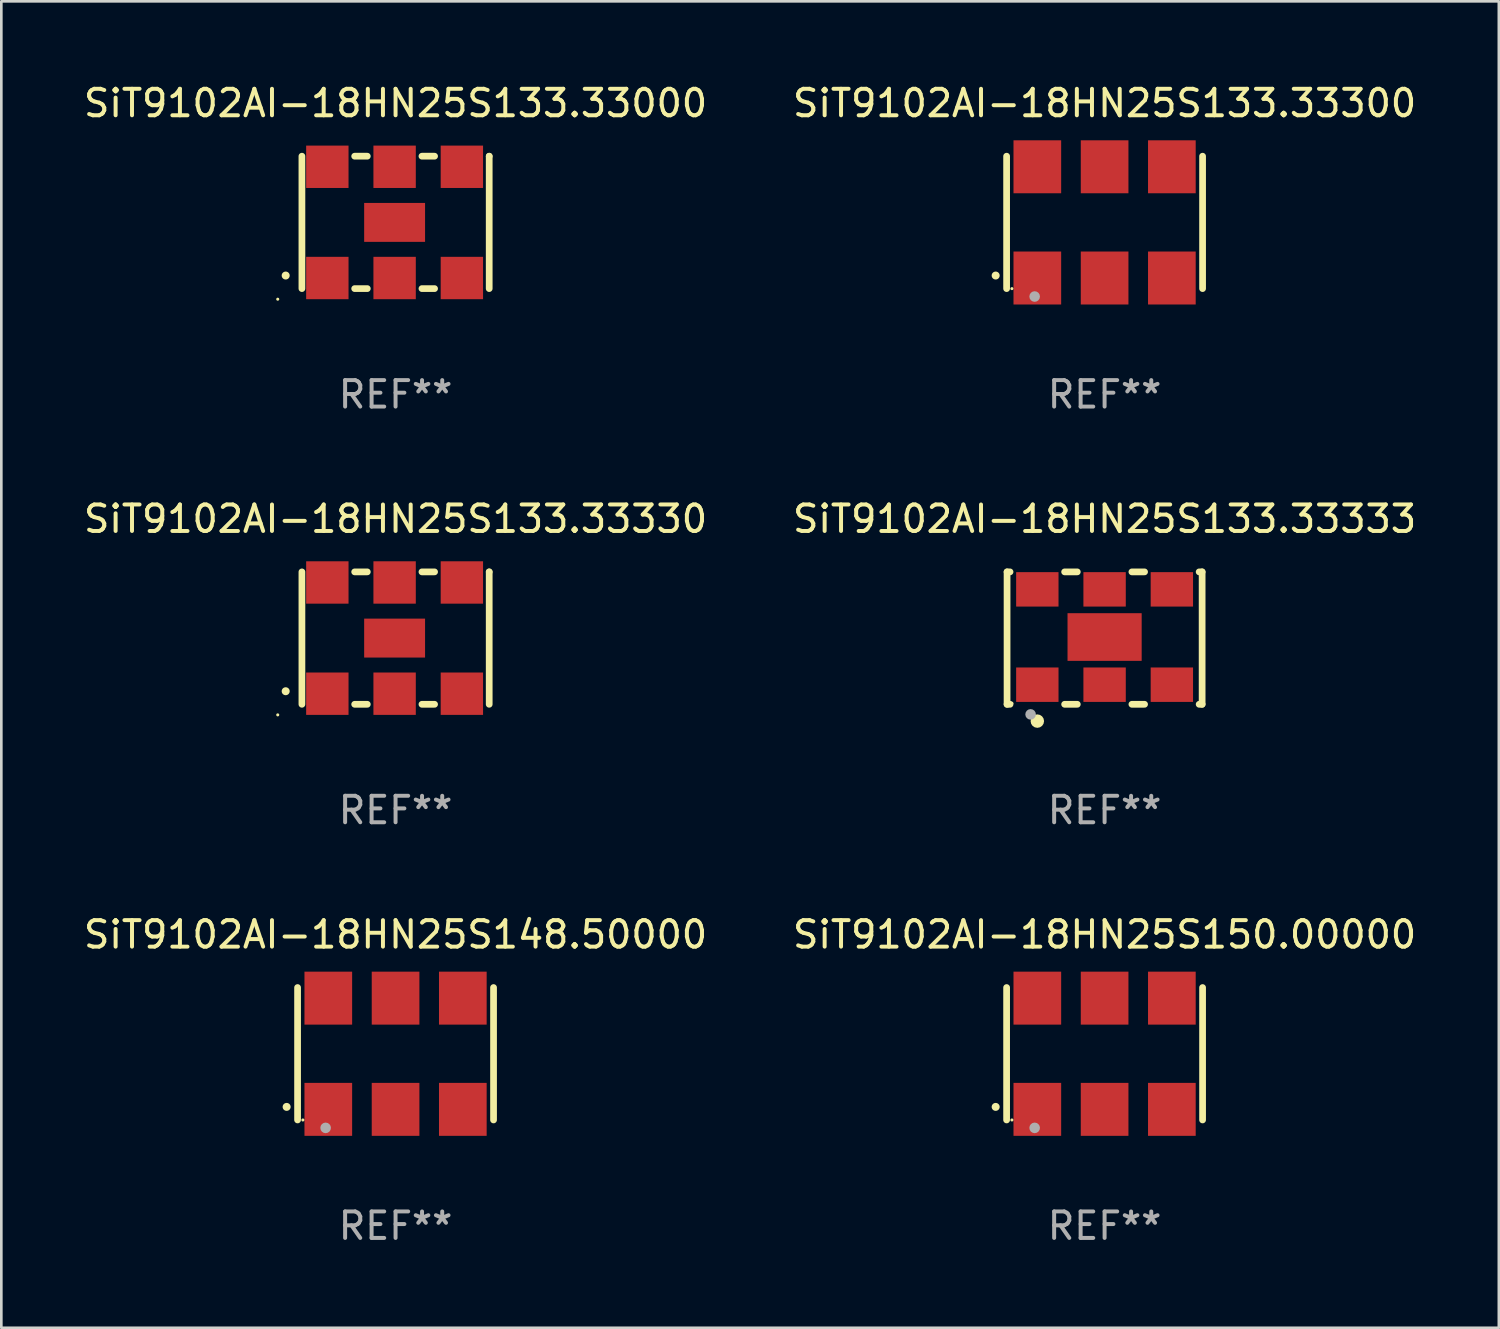
<source format=kicad_pcb>
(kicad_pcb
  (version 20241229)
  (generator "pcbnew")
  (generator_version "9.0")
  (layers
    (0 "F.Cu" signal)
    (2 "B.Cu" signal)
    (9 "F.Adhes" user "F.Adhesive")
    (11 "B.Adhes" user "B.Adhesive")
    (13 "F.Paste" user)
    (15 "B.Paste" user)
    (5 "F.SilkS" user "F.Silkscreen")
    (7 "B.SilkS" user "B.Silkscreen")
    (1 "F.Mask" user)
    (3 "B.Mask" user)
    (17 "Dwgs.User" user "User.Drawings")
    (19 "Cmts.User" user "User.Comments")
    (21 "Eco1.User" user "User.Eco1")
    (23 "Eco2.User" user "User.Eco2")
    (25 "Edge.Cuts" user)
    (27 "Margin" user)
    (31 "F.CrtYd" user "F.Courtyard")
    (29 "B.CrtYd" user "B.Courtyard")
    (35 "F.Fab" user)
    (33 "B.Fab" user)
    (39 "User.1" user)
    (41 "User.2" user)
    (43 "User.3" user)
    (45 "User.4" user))
  (footprint "SiT9102AI-18HN25S133.33000"
    (layer "F.Cu")
    (at 11.887 5.348)
    (property "Reference" "SiT9102AI-18HN25S133.33000" (at 0 -4.5 0) (layer "F.SilkS") (effects (font (size 1 1) (thickness 0.15))))
    (attr through_hole)
    (fp_line (start -3.536 -2.5) (end -3.536 2.5) (stroke (width 0.254) (type solid)) (layer "F.SilkS"))
    (fp_line (start -1.544 2.5) (end -1.067 2.5) (stroke (width 0.254) (type solid)) (layer "F.SilkS"))
    (fp_line (start -1.067 -2.5) (end -1.544 -2.5) (stroke (width 0.254) (type solid)) (layer "F.SilkS"))
    (fp_line (start 0.996 2.5) (end 1.473 2.5) (stroke (width 0.254) (type solid)) (layer "F.SilkS"))
    (fp_line (start 1.473 -2.5) (end 0.996 -2.5) (stroke (width 0.254) (type solid)) (layer "F.SilkS"))
    (fp_line (start 3.536 -2.5) (end 3.536 -2.5) (stroke (width 0.254) (type solid)) (layer "F.SilkS"))
    (fp_line (start 3.536 2.5) (end 3.536 -2.5) (stroke (width 0.254) (type solid)) (layer "F.SilkS"))
    (fp_arc (start -4.150432 2.006604) (mid -4.149162 2.006599) (end -4.147892 2.006604) (stroke (width 0.3) (type solid)) (layer "F.SilkS"))
    (fp_circle (center -4.449 2.9) (end -4.419 2.9) (stroke (width 0.06) (type solid)) (fill no) (layer "F.SilkS"))
    (fp_text user "REF**" (at 0 6.5 0) (layer "F.Fab") (effects (font (size 1 1) (thickness 0.15))))
    (pad "1" smd rect (at -2.576 2.1) (size 1.6 1.6) (layers "F.Cu" "F.Mask" "F.Paste"))
    (pad "2" smd rect (at -0.036 2.1) (size 1.6 1.6) (layers "F.Cu" "F.Mask" "F.Paste"))
    (pad "3" smd rect (at 2.504 2.1) (size 1.6 1.6) (layers "F.Cu" "F.Mask" "F.Paste"))
    (pad "4" smd rect (at 2.504 -2.1) (size 1.6 1.6) (layers "F.Cu" "F.Mask" "F.Paste"))
    (pad "5" smd rect (at -0.036 -2.1) (size 1.6 1.6) (layers "F.Cu" "F.Mask" "F.Paste"))
    (pad "6" smd rect (at -2.576 -2.1) (size 1.6 1.6) (layers "F.Cu" "F.Mask" "F.Paste"))
    (pad "7" smd rect (at -0.036 0) (size 2.3 1.47) (layers "F.Cu" "F.Mask" "F.Paste")))
  (footprint "SiT9102AI-18HN25S133.33330"
    (layer "F.Cu")
    (at 11.887 21.045)
    (property "Reference" "SiT9102AI-18HN25S133.33330" (at 0 -4.5 0) (layer "F.SilkS") (effects (font (size 1 1) (thickness 0.15))))
    (attr through_hole)
    (fp_line (start -3.536 -2.5) (end -3.536 2.5) (stroke (width 0.254) (type solid)) (layer "F.SilkS"))
    (fp_line (start -1.544 2.5) (end -1.067 2.5) (stroke (width 0.254) (type solid)) (layer "F.SilkS"))
    (fp_line (start -1.067 -2.5) (end -1.544 -2.5) (stroke (width 0.254) (type solid)) (layer "F.SilkS"))
    (fp_line (start 0.996 2.5) (end 1.473 2.5) (stroke (width 0.254) (type solid)) (layer "F.SilkS"))
    (fp_line (start 1.473 -2.5) (end 0.996 -2.5) (stroke (width 0.254) (type solid)) (layer "F.SilkS"))
    (fp_line (start 3.536 -2.5) (end 3.536 -2.5) (stroke (width 0.254) (type solid)) (layer "F.SilkS"))
    (fp_line (start 3.536 2.5) (end 3.536 -2.5) (stroke (width 0.254) (type solid)) (layer "F.SilkS"))
    (fp_arc (start -4.150432 2.006604) (mid -4.149162 2.006599) (end -4.147892 2.006604) (stroke (width 0.3) (type solid)) (layer "F.SilkS"))
    (fp_circle (center -4.449 2.9) (end -4.419 2.9) (stroke (width 0.06) (type solid)) (fill no) (layer "F.SilkS"))
    (fp_text user "REF**" (at 0 6.5 0) (layer "F.Fab") (effects (font (size 1 1) (thickness 0.15))))
    (pad "1" smd rect (at -2.576 2.1) (size 1.6 1.6) (layers "F.Cu" "F.Mask" "F.Paste"))
    (pad "2" smd rect (at -0.036 2.1) (size 1.6 1.6) (layers "F.Cu" "F.Mask" "F.Paste"))
    (pad "3" smd rect (at 2.504 2.1) (size 1.6 1.6) (layers "F.Cu" "F.Mask" "F.Paste"))
    (pad "4" smd rect (at 2.504 -2.1) (size 1.6 1.6) (layers "F.Cu" "F.Mask" "F.Paste"))
    (pad "5" smd rect (at -0.036 -2.1) (size 1.6 1.6) (layers "F.Cu" "F.Mask" "F.Paste"))
    (pad "6" smd rect (at -2.576 -2.1) (size 1.6 1.6) (layers "F.Cu" "F.Mask" "F.Paste"))
    (pad "7" smd rect (at -0.036 0) (size 2.3 1.47) (layers "F.Cu" "F.Mask" "F.Paste")))
  (footprint "SiT9102AI-18HN25S133.33333"
    (layer "F.Cu")
    (at 38.661 21.045)
    (property "Reference" "SiT9102AI-18HN25S133.33333" (at 0 -4.5 0) (layer "F.SilkS") (effects (font (size 1 1) (thickness 0.15))))
    (attr through_hole)
    (fp_line (start -3.683 -2.5) (end -3.571 -2.5) (stroke (width 0.254) (type solid)) (layer "F.SilkS"))
    (fp_line (start -3.683 2.5) (end -3.683 -2.5) (stroke (width 0.254) (type solid)) (layer "F.SilkS"))
    (fp_line (start -3.683 2.5) (end -3.571 2.5) (stroke (width 0.254) (type solid)) (layer "F.SilkS"))
    (fp_line (start -1.509 -2.5) (end -1.031 -2.5) (stroke (width 0.254) (type solid)) (layer "F.SilkS"))
    (fp_line (start -1.509 2.5) (end -1.031 2.5) (stroke (width 0.254) (type solid)) (layer "F.SilkS"))
    (fp_line (start 1.031 -2.5) (end 1.509 -2.5) (stroke (width 0.254) (type solid)) (layer "F.SilkS"))
    (fp_line (start 1.031 2.5) (end 1.509 2.5) (stroke (width 0.254) (type solid)) (layer "F.SilkS"))
    (fp_line (start 3.571 -2.5) (end 3.683 -2.5) (stroke (width 0.254) (type solid)) (layer "F.SilkS"))
    (fp_line (start 3.571 2.5) (end 3.683 2.5) (stroke (width 0.254) (type solid)) (layer "F.SilkS"))
    (fp_line (start 3.683 2.5) (end 3.683 -2.5) (stroke (width 0.254) (type solid)) (layer "F.SilkS"))
    (fp_circle (center -3.5 2.46) (end -3.47 2.46) (stroke (width 0.06) (type solid)) (fill no) (layer "F.SilkS"))
    (fp_circle (center -2.54 3.135) (end -2.413 3.135) (stroke (width 0.254) (type solid)) (fill no) (layer "F.SilkS"))
    (fp_circle (center -2.794 2.881) (end -2.694 2.881) (stroke (width 0.2) (type solid)) (fill no) (layer "F.Fab"))
    (fp_text user "REF**" (at 0 6.5 0) (layer "F.Fab") (effects (font (size 1 1) (thickness 0.15))))
    (pad "1" smd rect (at -2.54 1.76) (size 1.6 1.3) (layers "F.Cu" "F.Mask" "F.Paste"))
    (pad "2" smd rect (at 0 1.76) (size 1.6 1.3) (layers "F.Cu" "F.Mask" "F.Paste"))
    (pad "3" smd rect (at 2.54 1.76) (size 1.6 1.3) (layers "F.Cu" "F.Mask" "F.Paste"))
    (pad "4" smd rect (at 2.54 -1.84) (size 1.6 1.3) (layers "F.Cu" "F.Mask" "F.Paste"))
    (pad "5" smd rect (at 0 -1.84) (size 1.6 1.3) (layers "F.Cu" "F.Mask" "F.Paste"))
    (pad "6" smd rect (at -2.54 -1.84) (size 1.6 1.3) (layers "F.Cu" "F.Mask" "F.Paste"))
    (pad "7" smd rect (at 0 -0.04) (size 2.8 1.8) (layers "F.Cu" "F.Mask" "F.Paste")))
  (footprint "SiT9102AI-18HN25S150.00000"
    (layer "F.Cu")
    (at 38.661 36.741)
    (property "Reference" "SiT9102AI-18HN25S150.00000" (at 0 -4.5 0) (layer "F.SilkS") (effects (font (size 1 1) (thickness 0.15))))
    (attr through_hole)
    (fp_line (start -3.7 -2.5) (end -3.7 2.5) (stroke (width 0.254) (type solid)) (layer "F.SilkS"))
    (fp_line (start 3.7 -2.5) (end 3.7 2.5) (stroke (width 0.254) (type solid)) (layer "F.SilkS"))
    (fp_arc (start -4.114415 2.006604) (mid -4.113145 2.006599) (end -4.111875 2.006604) (stroke (width 0.3) (type solid)) (layer "F.SilkS"))
    (fp_circle (center -3.5 2.501) (end -3.47 2.501) (stroke (width 0.06) (type solid)) (fill no) (layer "F.SilkS"))
    (fp_circle (center -2.641 2.799) (end -2.541 2.799) (stroke (width 0.2) (type solid)) (fill no) (layer "F.Fab"))
    (fp_text user "REF**" (at 0 6.5 0) (layer "F.Fab") (effects (font (size 1 1) (thickness 0.15))))
    (pad "1" smd rect (at -2.54 2.1) (size 1.8 2) (layers "F.Cu" "F.Mask" "F.Paste"))
    (pad "2" smd rect (at 0.000394 2.1) (size 1.8 2) (layers "F.Cu" "F.Mask" "F.Paste"))
    (pad "3" smd rect (at 2.54 2.1) (size 1.8 2) (layers "F.Cu" "F.Mask" "F.Paste"))
    (pad "4" smd rect (at 2.54 -2.1) (size 1.8 2) (layers "F.Cu" "F.Mask" "F.Paste"))
    (pad "5" smd rect (at 0.000394 -2.1) (size 1.8 2) (layers "F.Cu" "F.Mask" "F.Paste"))
    (pad "6" smd rect (at -2.54 -2.1) (size 1.8 2) (layers "F.Cu" "F.Mask" "F.Paste")))
  (footprint "SiT9102AI-18HN25S148.50000"
    (layer "F.Cu")
    (at 11.887 36.741)
    (property "Reference" "SiT9102AI-18HN25S148.50000" (at 0 -4.5 0) (layer "F.SilkS") (effects (font (size 1 1) (thickness 0.15))))
    (attr through_hole)
    (fp_line (start -3.7 -2.5) (end -3.7 2.5) (stroke (width 0.254) (type solid)) (layer "F.SilkS"))
    (fp_line (start 3.7 -2.5) (end 3.7 2.5) (stroke (width 0.254) (type solid)) (layer "F.SilkS"))
    (fp_arc (start -4.114415 2.006604) (mid -4.113145 2.006599) (end -4.111875 2.006604) (stroke (width 0.3) (type solid)) (layer "F.SilkS"))
    (fp_circle (center -3.5 2.501) (end -3.47 2.501) (stroke (width 0.06) (type solid)) (fill no) (layer "F.SilkS"))
    (fp_circle (center -2.641 2.799) (end -2.541 2.799) (stroke (width 0.2) (type solid)) (fill no) (layer "F.Fab"))
    (fp_text user "REF**" (at 0 6.5 0) (layer "F.Fab") (effects (font (size 1 1) (thickness 0.15))))
    (pad "1" smd rect (at -2.54 2.1) (size 1.8 2) (layers "F.Cu" "F.Mask" "F.Paste"))
    (pad "2" smd rect (at 0.000394 2.1) (size 1.8 2) (layers "F.Cu" "F.Mask" "F.Paste"))
    (pad "3" smd rect (at 2.54 2.1) (size 1.8 2) (layers "F.Cu" "F.Mask" "F.Paste"))
    (pad "4" smd rect (at 2.54 -2.1) (size 1.8 2) (layers "F.Cu" "F.Mask" "F.Paste"))
    (pad "5" smd rect (at 0.000394 -2.1) (size 1.8 2) (layers "F.Cu" "F.Mask" "F.Paste"))
    (pad "6" smd rect (at -2.54 -2.1) (size 1.8 2) (layers "F.Cu" "F.Mask" "F.Paste")))
  (footprint "SiT9102AI-18HN25S133.33300"
    (layer "F.Cu")
    (at 38.661 5.348)
    (property "Reference" "SiT9102AI-18HN25S133.33300" (at 0 -4.5 0) (layer "F.SilkS") (effects (font (size 1 1) (thickness 0.15))))
    (attr through_hole)
    (fp_line (start -3.7 -2.5) (end -3.7 2.5) (stroke (width 0.254) (type solid)) (layer "F.SilkS"))
    (fp_line (start 3.7 -2.5) (end 3.7 2.5) (stroke (width 0.254) (type solid)) (layer "F.SilkS"))
    (fp_arc (start -4.114415 2.006604) (mid -4.113145 2.006599) (end -4.111875 2.006604) (stroke (width 0.3) (type solid)) (layer "F.SilkS"))
    (fp_circle (center -3.5 2.501) (end -3.47 2.501) (stroke (width 0.06) (type solid)) (fill no) (layer "F.SilkS"))
    (fp_circle (center -2.641 2.799) (end -2.541 2.799) (stroke (width 0.2) (type solid)) (fill no) (layer "F.Fab"))
    (fp_text user "REF**" (at 0 6.5 0) (layer "F.Fab") (effects (font (size 1 1) (thickness 0.15))))
    (pad "1" smd rect (at -2.54 2.1) (size 1.8 2) (layers "F.Cu" "F.Mask" "F.Paste"))
    (pad "2" smd rect (at 0.000394 2.1) (size 1.8 2) (layers "F.Cu" "F.Mask" "F.Paste"))
    (pad "3" smd rect (at 2.54 2.1) (size 1.8 2) (layers "F.Cu" "F.Mask" "F.Paste"))
    (pad "4" smd rect (at 2.54 -2.1) (size 1.8 2) (layers "F.Cu" "F.Mask" "F.Paste"))
    (pad "5" smd rect (at 0.000394 -2.1) (size 1.8 2) (layers "F.Cu" "F.Mask" "F.Paste"))
    (pad "6" smd rect (at -2.54 -2.1) (size 1.8 2) (layers "F.Cu" "F.Mask" "F.Paste")))
  (gr_rect
    (start -3 -3)
    (end 53.548 47.09)
    (stroke (width 0.1) (type default))
    (fill no)
    (layer "Edge.Cuts")))
</source>
